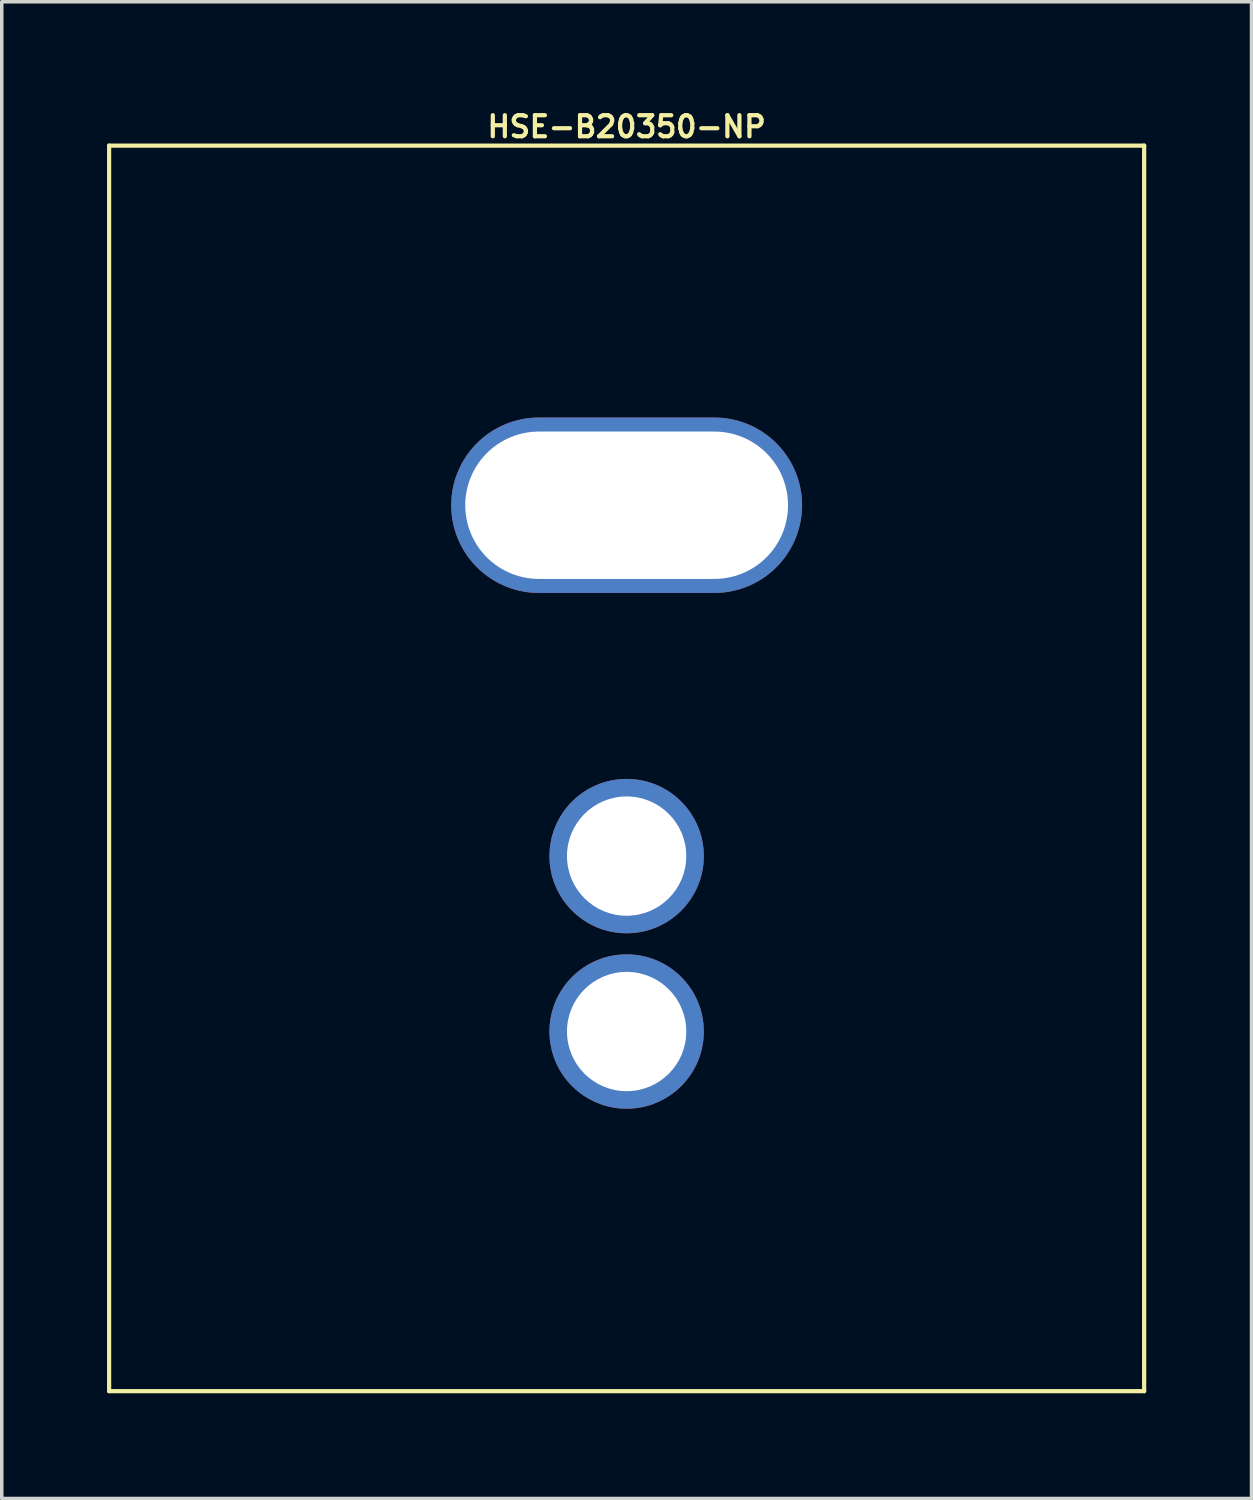
<source format=kicad_pcb>
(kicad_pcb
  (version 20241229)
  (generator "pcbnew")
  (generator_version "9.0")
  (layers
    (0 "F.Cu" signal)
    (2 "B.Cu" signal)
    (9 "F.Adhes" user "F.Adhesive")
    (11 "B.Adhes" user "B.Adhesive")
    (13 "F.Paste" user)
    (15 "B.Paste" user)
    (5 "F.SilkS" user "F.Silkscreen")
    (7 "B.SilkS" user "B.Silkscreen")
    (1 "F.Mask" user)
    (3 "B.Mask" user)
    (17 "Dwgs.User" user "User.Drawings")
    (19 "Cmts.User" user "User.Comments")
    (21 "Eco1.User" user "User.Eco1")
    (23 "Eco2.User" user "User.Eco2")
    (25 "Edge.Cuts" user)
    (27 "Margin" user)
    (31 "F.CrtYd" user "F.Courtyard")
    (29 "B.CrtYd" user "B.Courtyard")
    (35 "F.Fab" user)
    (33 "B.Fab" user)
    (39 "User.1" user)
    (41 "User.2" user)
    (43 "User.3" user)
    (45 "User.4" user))
  (footprint "HSE-B20350-NP"
    (layer "F.Cu")
    (at 14.81 18.85)
    (property "Reference" "HSE-B20350-NP" (at 0 -18.288 0) (layer "F.SilkS") (effects (font (size 0.6 0.6) (thickness 0.12))))
    (attr through_hole)
    (fp_line (start -14.75 -17.75) (end -14.75 17.75) (stroke (width 0.12) (type solid)) (layer "F.SilkS"))
    (fp_line (start -14.75 17.75) (end 14.75 17.75) (stroke (width 0.12) (type solid)) (layer "F.SilkS"))
    (fp_line (start 14.75 -17.75) (end -14.75 -17.75) (stroke (width 0.12) (type solid)) (layer "F.SilkS"))
    (fp_line (start 14.75 17.75) (end 14.75 -17.75) (stroke (width 0.12) (type solid)) (layer "F.SilkS"))
    (pad "1" thru_hole oval (at 0 -7.5) (size 10 5) (drill oval 9.2 4.2) (layers "*.Cu" "*.Mask"))
    (pad "1" thru_hole circle (at 0 2.5) (size 4.4 4.4) (drill 3.4) (layers "*.Cu" "*.Mask"))
    (pad "1" thru_hole circle (at 0 7.5) (size 4.4 4.4) (drill 3.4) (layers "*.Cu" "*.Mask")))
  (gr_rect
    (start -3 -3)
    (end 32.62 39.66)
    (stroke (width 0.1) (type default))
    (fill no)
    (layer "Edge.Cuts")))
</source>
